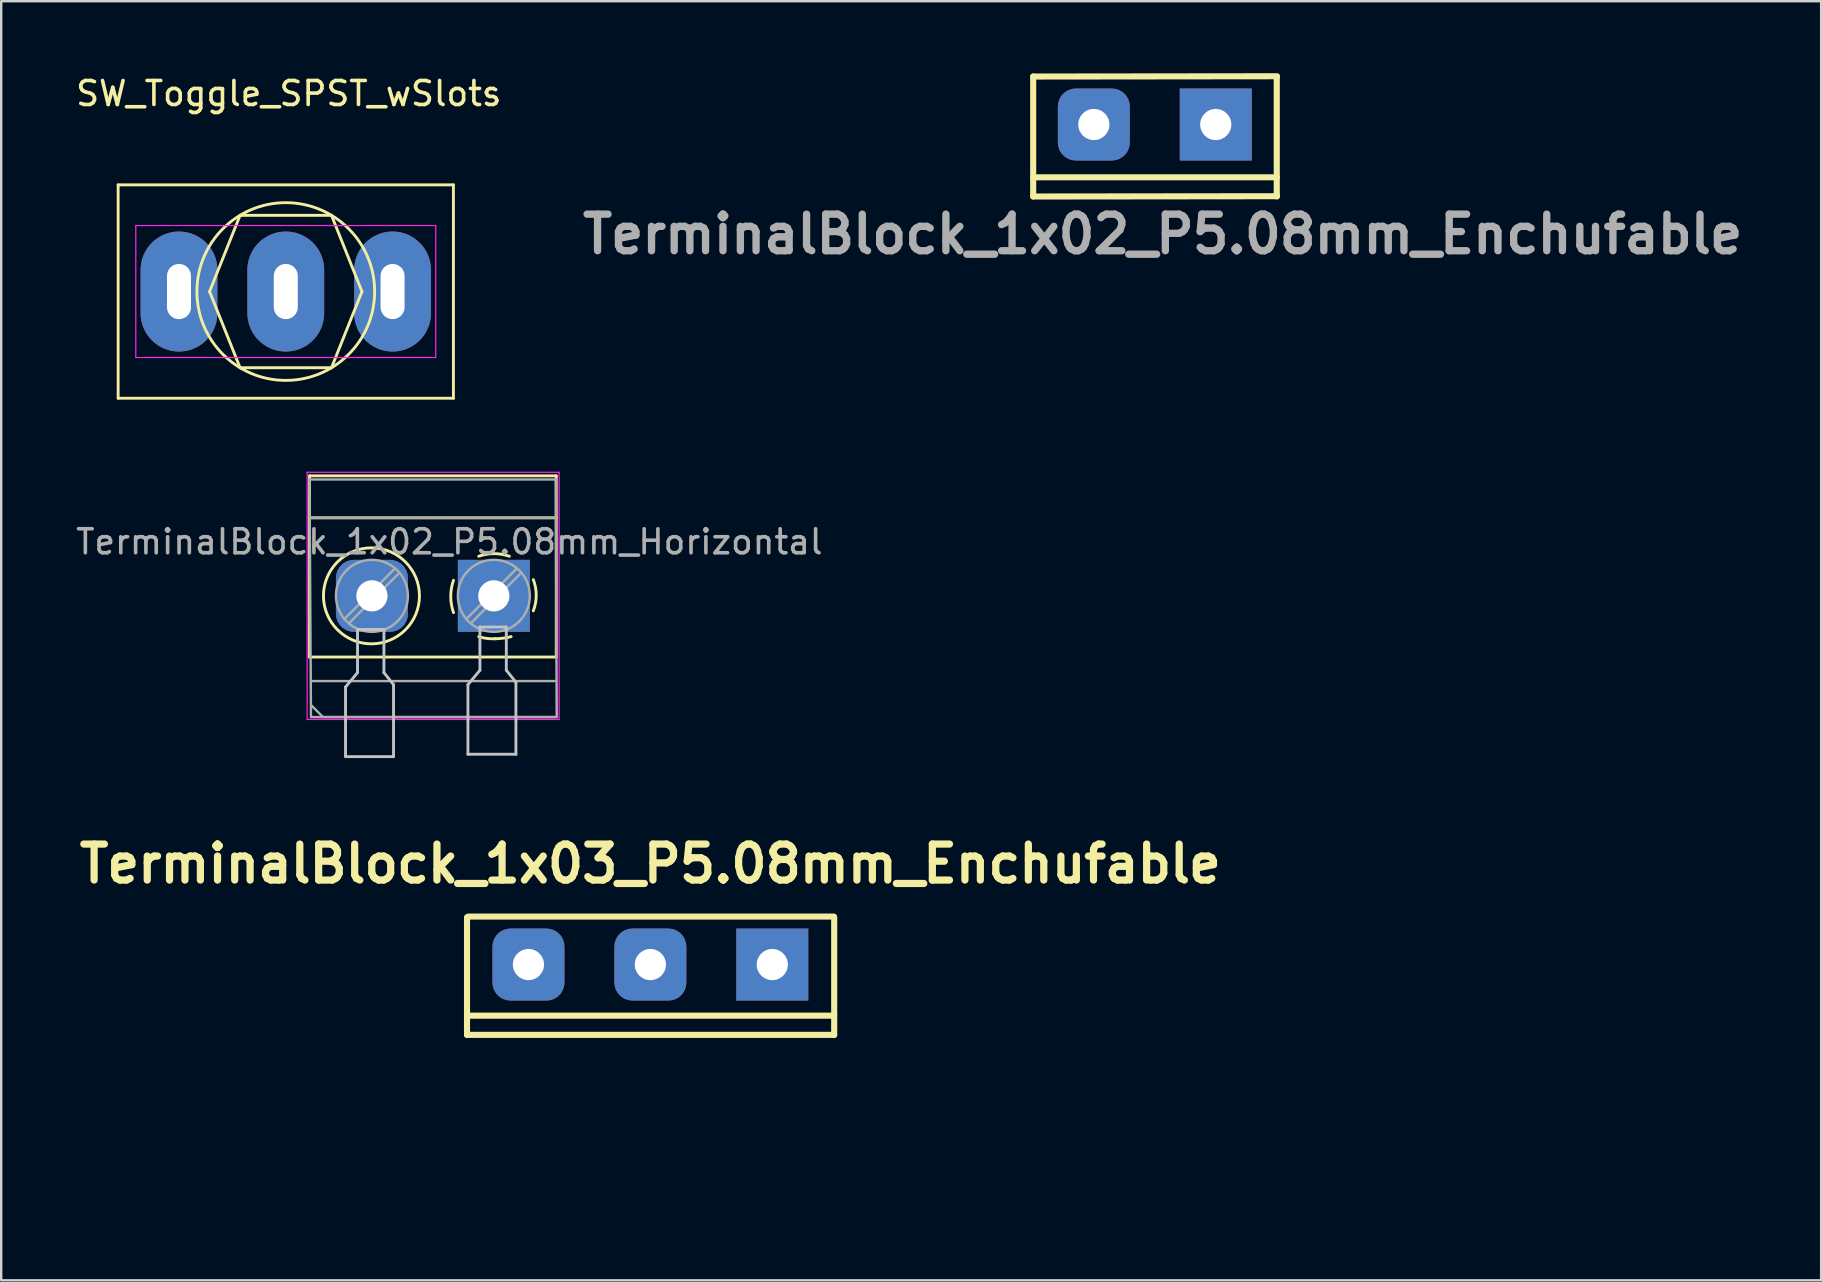
<source format=kicad_pcb>
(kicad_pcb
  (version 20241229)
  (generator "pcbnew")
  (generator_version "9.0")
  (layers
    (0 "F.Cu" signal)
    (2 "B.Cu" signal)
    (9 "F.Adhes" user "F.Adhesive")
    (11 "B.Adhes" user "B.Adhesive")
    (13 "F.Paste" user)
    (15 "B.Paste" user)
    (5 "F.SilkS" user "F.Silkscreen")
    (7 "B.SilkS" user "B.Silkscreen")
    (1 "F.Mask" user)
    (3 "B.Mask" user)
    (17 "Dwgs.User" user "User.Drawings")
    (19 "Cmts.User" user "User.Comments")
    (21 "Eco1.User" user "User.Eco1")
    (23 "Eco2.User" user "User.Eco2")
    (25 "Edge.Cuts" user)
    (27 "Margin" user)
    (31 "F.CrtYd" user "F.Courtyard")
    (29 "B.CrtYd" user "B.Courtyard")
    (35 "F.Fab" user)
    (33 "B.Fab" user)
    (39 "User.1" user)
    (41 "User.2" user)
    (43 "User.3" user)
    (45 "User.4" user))
  (footprint "TerminalBlock_1x02_P5.08mm_Enchufable"
    (layer "F.Cu")
    (at 45.069 2.138)
    (property "Reference" "TerminalBlock_1x02_P5.08mm_Enchufable" (at 0.33 4.57 0) (layer "F.Fab") (effects (font (size 1.524 1.524) (thickness 0.305))))
    (property "Value" "(${VALUE})" (at 0 -4.2 180) (layer "F.SilkS") (hide yes) (effects (font (size 1.5 1.5) (thickness 0.3) (bold yes))))
    (attr through_hole)
    (fp_line (start -5.067 -1.999) (end -5.067 2.995) (stroke (width 0.254) (type solid)) (layer "F.SilkS"))
    (fp_line (start -5.067 -1.999) (end 5.093 -2.011) (stroke (width 0.254) (type solid)) (layer "F.SilkS"))
    (fp_line (start -5.067 3) (end 5.093 2.988) (stroke (width 0.254) (type solid)) (layer "F.SilkS"))
    (fp_line (start 5.08 2.2) (end -5.067 2.2) (stroke (width 0.254) (type solid)) (layer "F.SilkS"))
    (fp_line (start 5.082 -1.974) (end 5.082 2.995) (stroke (width 0.254) (type solid)) (layer "F.SilkS"))
    (fp_line (start -5.067 -1.999) (end -5.067 10) (stroke (width 0.254) (type solid)) (layer "Eco2.User"))
    (fp_line (start -5.067 10) (end 5.093 9.988) (stroke (width 0.254) (type solid)) (layer "Eco2.User"))
    (fp_line (start 5.08 9.2) (end -5.067 9.2) (stroke (width 0.254) (type solid)) (layer "Eco2.User"))
    (fp_line (start 5.093 -2.011) (end 5.093 9.988) (stroke (width 0.254) (type solid)) (layer "Eco2.User"))
    (pad "1" thru_hole rect (at 2.54 0 180) (size 3 3) (drill 1.3) (layers "*.Cu" "*.Mask"))
    (pad "2" thru_hole roundrect (at -2.54 0 180) (size 3 3) (drill 1.3) (layers "*.Cu" "*.Mask") (roundrect_rratio 0.25)))
  (footprint "SW_Toggle_SPST_wSlots"
    (layer "F.Cu")
    (at 8.858 9.098)
    (property "Reference" "SW_Toggle_SPST_wSlots" (at 0.124 -8.25 0) (layer "F.SilkS") (effects (font (size 1 1) (thickness 0.15))))
    (attr through_hole)
    (fp_line (start -6.985 -4.445) (end 6.985 -4.445) (stroke (width 0.12) (type solid)) (layer "F.SilkS"))
    (fp_line (start -6.985 4.445) (end -6.985 -4.445) (stroke (width 0.12) (type solid)) (layer "F.SilkS"))
    (fp_line (start -3.175 0) (end -1.905 -3.175) (stroke (width 0.12) (type solid)) (layer "F.SilkS"))
    (fp_line (start -1.905 -3.175) (end 1.905 -3.175) (stroke (width 0.12) (type solid)) (layer "F.SilkS"))
    (fp_line (start -1.905 3.175) (end -3.175 0) (stroke (width 0.12) (type solid)) (layer "F.SilkS"))
    (fp_line (start 1.905 -3.175) (end 3.175 0) (stroke (width 0.12) (type solid)) (layer "F.SilkS"))
    (fp_line (start 1.905 3.175) (end -1.905 3.175) (stroke (width 0.12) (type solid)) (layer "F.SilkS"))
    (fp_line (start 3.175 0) (end 1.905 3.175) (stroke (width 0.12) (type solid)) (layer "F.SilkS"))
    (fp_line (start 6.985 -4.445) (end 6.985 4.445) (stroke (width 0.12) (type solid)) (layer "F.SilkS"))
    (fp_line (start 6.985 4.445) (end -6.985 4.445) (stroke (width 0.12) (type solid)) (layer "F.SilkS"))
    (fp_circle (center 0 0) (end 1.905 3.175) (stroke (width 0.12) (type solid)) (fill no) (layer "F.SilkS"))
    (fp_line (start -4.902 -1.422) (end -4.013 -1.422) (stroke (width 0.12) (type solid)) (layer "Eco2.User"))
    (fp_line (start -4.902 1.372) (end -4.902 -1.422) (stroke (width 0.12) (type solid)) (layer "Eco2.User"))
    (fp_line (start -4.013 -1.422) (end -4.013 1.372) (stroke (width 0.12) (type solid)) (layer "Eco2.User"))
    (fp_line (start -4.013 1.372) (end -4.902 1.372) (stroke (width 0.12) (type solid)) (layer "Eco2.User"))
    (fp_line (start -0.457 -1.422) (end 0.432 -1.422) (stroke (width 0.12) (type solid)) (layer "Eco2.User"))
    (fp_line (start -0.457 1.372) (end -0.457 -1.422) (stroke (width 0.12) (type solid)) (layer "Eco2.User"))
    (fp_line (start 0.432 -1.422) (end 0.432 1.372) (stroke (width 0.12) (type solid)) (layer "Eco2.User"))
    (fp_line (start 0.432 1.372) (end -0.457 1.372) (stroke (width 0.12) (type solid)) (layer "Eco2.User"))
    (fp_line (start 4.013 -1.422) (end 4.877 -1.422) (stroke (width 0.12) (type solid)) (layer "Eco2.User"))
    (fp_line (start 4.013 1.372) (end 4.013 -1.422) (stroke (width 0.12) (type solid)) (layer "Eco2.User"))
    (fp_line (start 4.877 -1.422) (end 4.902 1.372) (stroke (width 0.12) (type solid)) (layer "Eco2.User"))
    (fp_line (start 4.902 1.372) (end 4.013 1.372) (stroke (width 0.12) (type solid)) (layer "Eco2.User"))
    (fp_line (start -6.25 -2.75) (end 6.25 -2.75) (stroke (width 0.05) (type solid)) (layer "F.CrtYd"))
    (fp_line (start -6.25 2.75) (end -6.25 -2.75) (stroke (width 0.05) (type solid)) (layer "F.CrtYd"))
    (fp_line (start 6.25 -2.75) (end 6.25 2.75) (stroke (width 0.05) (type solid)) (layer "F.CrtYd"))
    (fp_line (start 6.25 2.75) (end -6.25 2.75) (stroke (width 0.05) (type solid)) (layer "F.CrtYd"))
    (pad "1" thru_hole oval (at -4.45 0) (size 3.2 5) (drill oval 1 2.3) (layers "*.Cu" "*.Mask"))
    (pad "2" thru_hole oval (at 0 0) (size 3.2 5) (drill oval 1 2.3) (layers "*.Cu" "*.Mask"))
    (pad "3" thru_hole oval (at 4.45 0) (size 3.2 5) (drill oval 1 2.3) (layers "*.Cu" "*.Mask")))
  (footprint "TerminalBlock_1x03_P5.08mm_Enchufable"
    (layer "F.Cu")
    (at 24.05 37.142)
    (property "Reference" "TerminalBlock_1x03_P5.08mm_Enchufable" (at 0 -4.2 0) (layer "F.SilkS") (effects (font (size 1.5 1.5) (thickness 0.3) (bold yes))))
    (attr through_hole)
    (fp_line (start -7.64 -1.97) (end -7.64 2.93) (stroke (width 0.254) (type solid)) (layer "F.SilkS"))
    (fp_line (start -7.64 2.93) (end 7.66 2.93) (stroke (width 0.254) (type solid)) (layer "F.SilkS"))
    (fp_line (start 7.645 -1.999) (end -7.595 -1.999) (stroke (width 0.254) (type solid)) (layer "F.SilkS"))
    (fp_line (start 7.66 -1.97) (end 7.66 2.93) (stroke (width 0.254) (type solid)) (layer "F.SilkS"))
    (fp_line (start 7.66 2.13) (end -7.64 2.13) (stroke (width 0.254) (type solid)) (layer "F.SilkS"))
    (fp_line (start -7.64 10.03) (end -7.64 2.93) (stroke (width 0.254) (type solid)) (layer "Eco2.User"))
    (fp_line (start -7.64 10.03) (end 7.66 10.03) (stroke (width 0.254) (type solid)) (layer "Eco2.User"))
    (fp_line (start 7.66 9.23) (end -7.64 9.23) (stroke (width 0.254) (type solid)) (layer "Eco2.User"))
    (fp_line (start 7.66 10.03) (end 7.66 2.93) (stroke (width 0.254) (type solid)) (layer "Eco2.User"))
    (pad "1" thru_hole rect (at 5.08 0 180) (size 3 3) (drill 1.3) (layers "*.Cu" "*.Mask"))
    (pad "2" thru_hole roundrect (at 0 0 180) (size 3 3) (drill 1.3) (layers "*.Cu" "*.Mask") (roundrect_rratio 0.25))
    (pad "3" thru_hole roundrect (at -5.08 0 180) (size 3 3) (drill 1.3) (layers "*.Cu" "*.Mask") (roundrect_rratio 0.25)))
  (footprint "TerminalBlock_1x02_P5.08mm_Horizontal"
    (layer "F.Cu")
    (at 14.988 21.778)
    (property "Reference" "TerminalBlock_1x02_P5.08mm_Horizontal" (at 0.685 -2.25 0) (layer "F.Fab") (effects (font (size 1 1) (thickness 0.15))))
    (property "Value" "(${VALUE})" (at 0 -7.2 0) (layer "F.SilkS") (hide yes) (effects (font (size 1.5 1.5) (thickness 0.3) (bold yes))))
    (attr through_hole)
    (fp_line (start -5.14 -5) (end -5.14 2.55) (stroke (width 0.12) (type solid)) (layer "F.SilkS"))
    (fp_line (start -5.14 -5) (end 5.14 -5) (stroke (width 0.12) (type solid)) (layer "F.SilkS"))
    (fp_line (start -5.14 -3.251) (end 5.14 -3.251) (stroke (width 0.12) (type solid)) (layer "F.SilkS"))
    (fp_line (start -5.14 2.55) (end 5.14 2.55) (stroke (width 0.12) (type solid)) (layer "F.SilkS"))
    (fp_line (start 5.14 -5) (end 5.14 2.55) (stroke (width 0.12) (type solid)) (layer "F.SilkS"))
    (fp_arc (start 0.86 0.7) (mid 0.744389 0.025) (end 0.86 -0.65) (stroke (width 0.12) (type solid)) (layer "F.SilkS"))
    (fp_arc (start 1.91 -1.65) (mid 2.5475 -1.758896) (end 3.185 -1.65) (stroke (width 0.12) (type solid)) (layer "F.SilkS"))
    (fp_arc (start 2.590662 1.788592) (mid 2.246412 1.774407) (end 1.91 1.7) (stroke (width 0.12) (type solid)) (layer "F.SilkS"))
    (fp_arc (start 3.26 1.7) (mid 2.913419 1.765824) (end 2.561332 1.787885) (stroke (width 0.12) (type solid)) (layer "F.SilkS"))
    (fp_arc (start 4.185 -0.675) (mid 4.305699 -0.025) (end 4.185 0.625) (stroke (width 0.12) (type solid)) (layer "F.SilkS"))
    (fp_circle (center -2.56 0) (end -0.56 0) (stroke (width 0.12) (type solid)) (fill no) (layer "F.SilkS"))
    (fp_line (start -3.64 3.8) (end -3.64 6.7) (stroke (width 0.12) (type solid)) (layer "Dwgs.User"))
    (fp_line (start -3.64 6.7) (end -1.64 6.7) (stroke (width 0.12) (type solid)) (layer "Dwgs.User"))
    (fp_line (start -3.14 1.4) (end -3.14 3.2) (stroke (width 0.12) (type solid)) (layer "Dwgs.User"))
    (fp_line (start -3.14 3.2) (end -3.64 3.8) (stroke (width 0.12) (type solid)) (layer "Dwgs.User"))
    (fp_line (start -2.04 1.4) (end -3.14 1.4) (stroke (width 0.12) (type solid)) (layer "Dwgs.User"))
    (fp_line (start -2.04 3.2) (end -2.04 1.4) (stroke (width 0.12) (type solid)) (layer "Dwgs.User"))
    (fp_line (start -1.64 3.7) (end -2.04 3.2) (stroke (width 0.12) (type solid)) (layer "Dwgs.User"))
    (fp_line (start -1.64 6.7) (end -1.64 3.7) (stroke (width 0.12) (type solid)) (layer "Dwgs.User"))
    (fp_line (start 1.46 3.7) (end 1.46 6.6) (stroke (width 0.12) (type solid)) (layer "Dwgs.User"))
    (fp_line (start 1.46 6.6) (end 3.46 6.6) (stroke (width 0.12) (type solid)) (layer "Dwgs.User"))
    (fp_line (start 1.96 1.3) (end 1.96 3.1) (stroke (width 0.12) (type solid)) (layer "Dwgs.User"))
    (fp_line (start 1.96 3.1) (end 1.46 3.7) (stroke (width 0.12) (type solid)) (layer "Dwgs.User"))
    (fp_line (start 3.06 1.3) (end 1.96 1.3) (stroke (width 0.12) (type solid)) (layer "Dwgs.User"))
    (fp_line (start 3.06 3.1) (end 3.06 1.3) (stroke (width 0.12) (type solid)) (layer "Dwgs.User"))
    (fp_line (start 3.46 3.6) (end 3.06 3.1) (stroke (width 0.12) (type solid)) (layer "Dwgs.User"))
    (fp_line (start 3.46 6.6) (end 3.46 3.6) (stroke (width 0.12) (type solid)) (layer "Dwgs.User"))
    (fp_line (start -5.38 4.51) (end -5.38 5.25) (stroke (width 0.12) (type solid)) (layer "Eco2.User"))
    (fp_line (start -5.38 5.25) (end -4.88 5.25) (stroke (width 0.12) (type solid)) (layer "Eco2.User"))
    (fp_line (start -5.14 5.05) (end -5.14 2.6) (stroke (width 0.12) (type solid)) (layer "Eco2.User"))
    (fp_line (start -5.14 5.05) (end 5.14 5.05) (stroke (width 0.12) (type solid)) (layer "Eco2.User"))
    (fp_line (start 5.14 5.05) (end 5.14 2.6) (stroke (width 0.12) (type solid)) (layer "Eco2.User"))
    (fp_line (start -5.24 -5.15) (end -5.24 5.15) (stroke (width 0.05) (type solid)) (layer "F.CrtYd"))
    (fp_line (start -5.24 5.15) (end 5.26 5.15) (stroke (width 0.05) (type solid)) (layer "F.CrtYd"))
    (fp_line (start 5.26 -5.15) (end -5.24 -5.15) (stroke (width 0.05) (type solid)) (layer "F.CrtYd"))
    (fp_line (start 5.26 5.15) (end 5.26 -5.15) (stroke (width 0.05) (type solid)) (layer "F.CrtYd"))
    (fp_line (start -5.14 -4.85) (end 5.12 -4.85) (stroke (width 0.1) (type solid)) (layer "F.Fab"))
    (fp_line (start -5.08 -3.25) (end 5.08 -3.25) (stroke (width 0.1) (type solid)) (layer "F.Fab"))
    (fp_line (start -5.08 3.55) (end 5.08 3.55) (stroke (width 0.1) (type solid)) (layer "F.Fab"))
    (fp_line (start -5.08 5.05) (end -5.14 -4.85) (stroke (width 0.1) (type solid)) (layer "F.Fab"))
    (fp_line (start -5.08 5.05) (end 5.16 5.05) (stroke (width 0.1) (type solid)) (layer "F.Fab"))
    (fp_line (start -4.58 5.05) (end -5.08 4.55) (stroke (width 0.1) (type solid)) (layer "F.Fab"))
    (fp_line (start -1.585 -1.138) (end -3.678 0.955) (stroke (width 0.1) (type solid)) (layer "F.Fab"))
    (fp_line (start -1.402 -0.955) (end -3.495 1.138) (stroke (width 0.1) (type solid)) (layer "F.Fab"))
    (fp_line (start 3.495 -1.138) (end 1.403 0.955) (stroke (width 0.1) (type solid)) (layer "F.Fab"))
    (fp_line (start 3.678 -0.955) (end 1.586 1.138) (stroke (width 0.1) (type solid)) (layer "F.Fab"))
    (fp_line (start 5.08 5.05) (end -4.58 5.05) (stroke (width 0.1) (type solid)) (layer "F.Fab"))
    (fp_line (start 5.12 -4.85) (end 5.16 5.05) (stroke (width 0.1) (type solid)) (layer "F.Fab"))
    (fp_circle (center -2.54 0) (end -1.04 0) (stroke (width 0.1) (type solid)) (fill no) (layer "F.Fab"))
    (fp_circle (center 2.54 0) (end 4.04 0) (stroke (width 0.1) (type solid)) (fill no) (layer "F.Fab"))
    (pad "1" thru_hole rect (at 2.54 0) (size 3 3) (drill 1.3) (layers "*.Cu" "*.Mask"))
    (pad "2" thru_hole roundrect (at -2.54 0) (size 3 3) (drill 1.3) (layers "*.Cu" "*.Mask") (roundrect_rratio 0.25)))
  (gr_rect
    (start -3 -3)
    (end 72.834 50.299)
    (stroke (width 0.1) (type default))
    (fill no)
    (layer "Edge.Cuts")))
</source>
